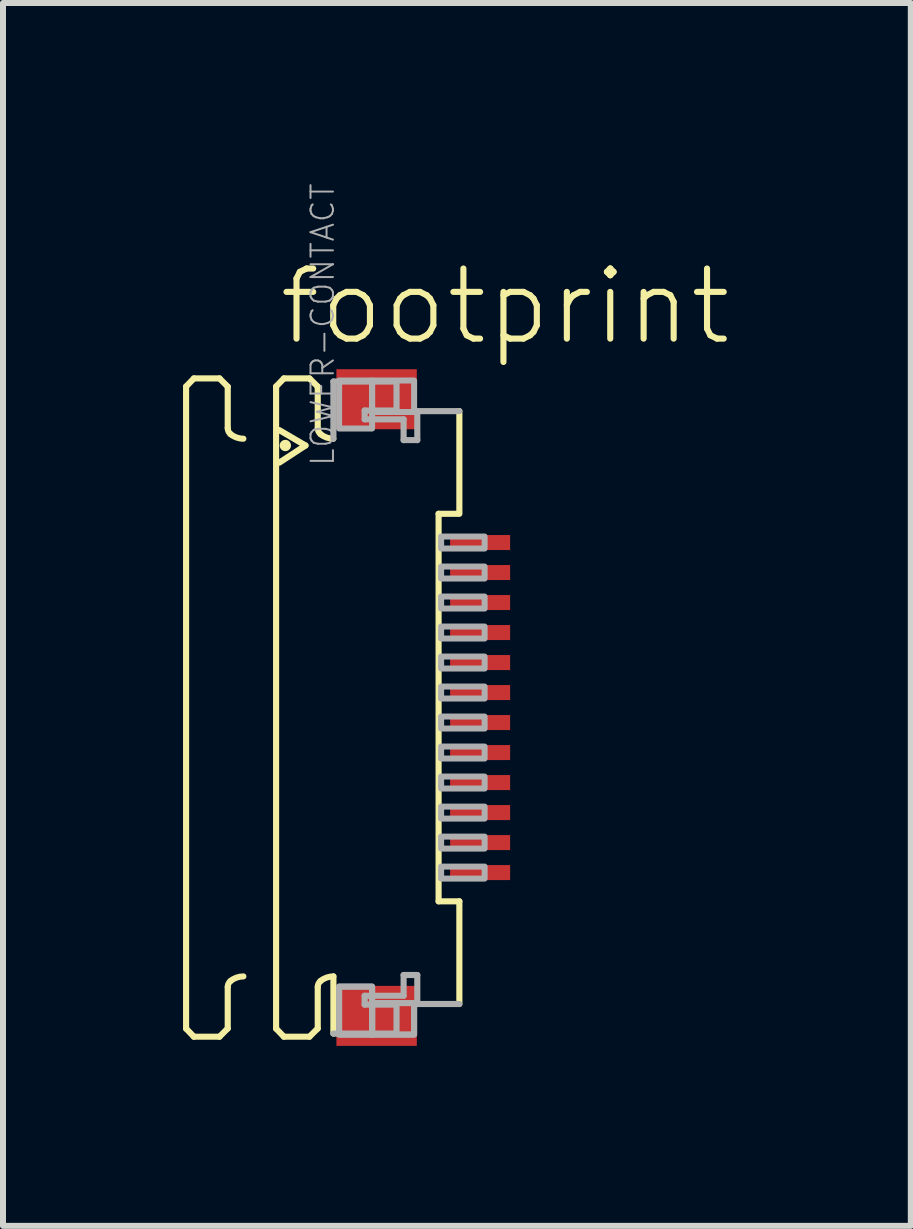
<source format=kicad_pcb>
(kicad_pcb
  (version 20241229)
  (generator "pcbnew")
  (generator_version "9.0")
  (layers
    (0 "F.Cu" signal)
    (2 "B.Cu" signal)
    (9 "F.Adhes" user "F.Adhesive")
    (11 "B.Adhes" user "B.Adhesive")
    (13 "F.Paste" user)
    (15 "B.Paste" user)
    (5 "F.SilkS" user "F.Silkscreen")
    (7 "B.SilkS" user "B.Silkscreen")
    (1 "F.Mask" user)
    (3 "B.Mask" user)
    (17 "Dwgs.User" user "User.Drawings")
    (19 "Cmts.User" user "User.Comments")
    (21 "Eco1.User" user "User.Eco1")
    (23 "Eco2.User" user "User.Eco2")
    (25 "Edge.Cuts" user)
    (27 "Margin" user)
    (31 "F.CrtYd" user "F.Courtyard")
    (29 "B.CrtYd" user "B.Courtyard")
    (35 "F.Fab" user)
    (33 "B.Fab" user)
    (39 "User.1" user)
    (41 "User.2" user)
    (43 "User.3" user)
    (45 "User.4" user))
  (footprint "footprint"
    (layer "F.Cu")
    (at 3.046 8.741)
    (property "Reference" "footprint" (at -1.5 -6 0) (layer "F.SilkS") (effects (font (size 1.168 1.168) (thickness 0.102)) (justify left bottom)))
    (fp_poly (pts (xy 1.355 -2.575) (xy 2.455 -2.575) (xy 2.455 -2.925) (xy 1.355 -2.925)) (stroke (width 0) (type solid)) (fill yes) (layer "F.Mask"))
    (fp_poly (pts (xy 1.355 -2.075) (xy 2.455 -2.075) (xy 2.455 -2.425) (xy 1.355 -2.425)) (stroke (width 0) (type solid)) (fill yes) (layer "F.Mask"))
    (fp_poly (pts (xy 1.355 -1.575) (xy 2.455 -1.575) (xy 2.455 -1.925) (xy 1.355 -1.925)) (stroke (width 0) (type solid)) (fill yes) (layer "F.Mask"))
    (fp_poly (pts (xy 1.355 -1.075) (xy 2.455 -1.075) (xy 2.455 -1.425) (xy 1.355 -1.425)) (stroke (width 0) (type solid)) (fill yes) (layer "F.Mask"))
    (fp_poly (pts (xy 1.355 -0.575) (xy 2.455 -0.575) (xy 2.455 -0.925) (xy 1.355 -0.925)) (stroke (width 0) (type solid)) (fill yes) (layer "F.Mask"))
    (fp_poly (pts (xy 1.355 -0.075) (xy 2.455 -0.075) (xy 2.455 -0.425) (xy 1.355 -0.425)) (stroke (width 0) (type solid)) (fill yes) (layer "F.Mask"))
    (fp_poly (pts (xy 1.355 0.425) (xy 2.455 0.425) (xy 2.455 0.075) (xy 1.355 0.075)) (stroke (width 0) (type solid)) (fill yes) (layer "F.Mask"))
    (fp_poly (pts (xy 1.355 0.925) (xy 2.455 0.925) (xy 2.455 0.575) (xy 1.355 0.575)) (stroke (width 0) (type solid)) (fill yes) (layer "F.Mask"))
    (fp_poly (pts (xy 1.355 1.425) (xy 2.455 1.425) (xy 2.455 1.075) (xy 1.355 1.075)) (stroke (width 0) (type solid)) (fill yes) (layer "F.Mask"))
    (fp_poly (pts (xy 1.355 1.925) (xy 2.455 1.925) (xy 2.455 1.575) (xy 1.355 1.575)) (stroke (width 0) (type solid)) (fill yes) (layer "F.Mask"))
    (fp_poly (pts (xy 1.355 2.425) (xy 2.455 2.425) (xy 2.455 2.075) (xy 1.355 2.075)) (stroke (width 0) (type solid)) (fill yes) (layer "F.Mask"))
    (fp_poly (pts (xy 1.355 2.925) (xy 2.455 2.925) (xy 2.455 2.575) (xy 1.355 2.575)) (stroke (width 0) (type solid)) (fill yes) (layer "F.Mask"))
    (fp_line (start -2.995 -5.35) (end -2.865 -5.485) (stroke (width 0.102) (type solid)) (layer "F.SilkS"))
    (fp_line (start -2.995 5.35) (end -2.995 -5.35) (stroke (width 0.102) (type solid)) (layer "F.SilkS"))
    (fp_line (start -2.995 5.35) (end -2.865 5.485) (stroke (width 0.102) (type solid)) (layer "F.SilkS"))
    (fp_line (start -2.865 -5.485) (end -2.438 -5.485) (stroke (width 0.102) (type solid)) (layer "F.SilkS"))
    (fp_line (start -2.865 5.485) (end -2.438 5.485) (stroke (width 0.102) (type solid)) (layer "F.SilkS"))
    (fp_line (start -2.438 -5.485) (end -2.301 -5.348) (stroke (width 0.102) (type solid)) (layer "F.SilkS"))
    (fp_line (start -2.438 5.485) (end -2.301 5.348) (stroke (width 0.102) (type solid)) (layer "F.SilkS"))
    (fp_line (start -2.301 -5.348) (end -2.301 -4.656) (stroke (width 0.102) (type solid)) (layer "F.SilkS"))
    (fp_line (start -2.301 5.348) (end -2.301 4.656) (stroke (width 0.102) (type solid)) (layer "F.SilkS"))
    (fp_line (start -1.495 -5.35) (end -1.365 -5.485) (stroke (width 0.102) (type solid)) (layer "F.SilkS"))
    (fp_line (start -1.495 5.35) (end -1.495 -5.35) (stroke (width 0.102) (type solid)) (layer "F.SilkS"))
    (fp_line (start -1.495 5.35) (end -1.365 5.485) (stroke (width 0.102) (type solid)) (layer "F.SilkS"))
    (fp_line (start -1.441 -4.623) (end -1.005 -4.367) (stroke (width 0.102) (type solid)) (layer "F.SilkS"))
    (fp_line (start -1.365 -5.485) (end -0.939 -5.485) (stroke (width 0.102) (type solid)) (layer "F.SilkS"))
    (fp_line (start -1.365 5.485) (end -0.939 5.485) (stroke (width 0.102) (type solid)) (layer "F.SilkS"))
    (fp_line (start -1.005 -4.367) (end -1.441 -4.082) (stroke (width 0.102) (type solid)) (layer "F.SilkS"))
    (fp_line (start -0.939 -5.485) (end -0.801 -5.348) (stroke (width 0.102) (type solid)) (layer "F.SilkS"))
    (fp_line (start -0.939 5.485) (end -0.801 5.348) (stroke (width 0.102) (type solid)) (layer "F.SilkS"))
    (fp_line (start -0.801 -5.348) (end -0.801 -4.656) (stroke (width 0.102) (type solid)) (layer "F.SilkS"))
    (fp_line (start -0.801 5.348) (end -0.801 4.656) (stroke (width 0.102) (type solid)) (layer "F.SilkS"))
    (fp_line (start -0.54 4.48) (end -0.54 5.433) (stroke (width 0.102) (type solid)) (layer "F.SilkS"))
    (fp_line (start 1.213 3.229) (end 1.213 -3.229) (stroke (width 0.102) (type solid)) (layer "F.SilkS"))
    (fp_line (start 1.538 -3.229) (end 1.213 -3.229) (stroke (width 0.102) (type solid)) (layer "F.SilkS"))
    (fp_line (start 1.559 -4.94) (end 1.559 -3.229) (stroke (width 0.102) (type solid)) (layer "F.SilkS"))
    (fp_line (start 1.559 3.229) (end 1.213 3.229) (stroke (width 0.102) (type solid)) (layer "F.SilkS"))
    (fp_line (start 1.559 4.94) (end 1.559 3.229) (stroke (width 0.102) (type solid)) (layer "F.SilkS"))
    (fp_arc (start -2.301 4.6557) (mid -2.288538 4.600596) (end -2.2536 4.556199) (stroke (width 0.1016) (type solid)) (layer "F.SilkS"))
    (fp_arc (start -2.2536 -4.556199) (mid -2.288538 -4.600596) (end -2.301 -4.6557) (stroke (width 0.1016) (type solid)) (layer "F.SilkS"))
    (fp_arc (start -2.2536 4.5562) (mid -2.153476 4.499935) (end -2.0403 4.480399) (stroke (width 0.1016) (type solid)) (layer "F.SilkS"))
    (fp_arc (start -2.0403 -4.480399) (mid -2.153476 -4.499935) (end -2.2536 -4.5562) (stroke (width 0.1016) (type solid)) (layer "F.SilkS"))
    (fp_arc (start -0.801 4.6557) (mid -0.788538 4.600596) (end -0.7536 4.556199) (stroke (width 0.1016) (type solid)) (layer "F.SilkS"))
    (fp_arc (start -0.7536 -4.556199) (mid -0.788538 -4.600596) (end -0.801 -4.6557) (stroke (width 0.1016) (type solid)) (layer "F.SilkS"))
    (fp_arc (start -0.7536 4.5562) (mid -0.653476 4.499935) (end -0.5403 4.480399) (stroke (width 0.1016) (type solid)) (layer "F.SilkS"))
    (fp_arc (start -0.5403 -4.480399) (mid -0.653476 -4.499935) (end -0.7536 -4.5562) (stroke (width 0.1016) (type solid)) (layer "F.SilkS"))
    (fp_circle (center -1.341 -4.367) (end -1.294 -4.367) (stroke (width 0.095) (type solid)) (fill yes) (layer "F.SilkS"))
    (fp_line (start -0.54 -5.433) (end 0.512 -5.433) (stroke (width 0.102) (type solid)) (layer "F.Fab"))
    (fp_line (start -0.54 -4.48) (end -0.54 -5.433) (stroke (width 0.102) (type solid)) (layer "F.Fab"))
    (fp_line (start -0.54 5.433) (end 0.512 5.433) (stroke (width 0.102) (type solid)) (layer "F.Fab"))
    (fp_line (start -0.019 -4.95) (end -0.019 -4.803) (stroke (width 0.102) (type solid)) (layer "F.Fab"))
    (fp_line (start -0.019 -4.803) (end 0.63 -4.803) (stroke (width 0.102) (type solid)) (layer "F.Fab"))
    (fp_line (start -0.019 4.803) (end 0.63 4.803) (stroke (width 0.102) (type solid)) (layer "F.Fab"))
    (fp_line (start -0.019 4.95) (end -0.019 4.803) (stroke (width 0.102) (type solid)) (layer "F.Fab"))
    (fp_line (start 0.512 -5.433) (end 0.512 -4.95) (stroke (width 0.102) (type solid)) (layer "F.Fab"))
    (fp_line (start 0.512 -4.95) (end -0.019 -4.95) (stroke (width 0.102) (type solid)) (layer "F.Fab"))
    (fp_line (start 0.512 4.95) (end -0.019 4.95) (stroke (width 0.102) (type solid)) (layer "F.Fab"))
    (fp_line (start 0.512 5.433) (end 0.512 4.95) (stroke (width 0.102) (type solid)) (layer "F.Fab"))
    (fp_line (start 0.63 -4.803) (end 0.63 -4.457) (stroke (width 0.102) (type solid)) (layer "F.Fab"))
    (fp_line (start 0.63 -4.457) (end 0.858 -4.457) (stroke (width 0.102) (type solid)) (layer "F.Fab"))
    (fp_line (start 0.63 4.457) (end 0.858 4.457) (stroke (width 0.102) (type solid)) (layer "F.Fab"))
    (fp_line (start 0.63 4.803) (end 0.63 4.457) (stroke (width 0.102) (type solid)) (layer "F.Fab"))
    (fp_line (start 0.858 -4.94) (end 1.559 -4.94) (stroke (width 0.102) (type solid)) (layer "F.Fab"))
    (fp_line (start 0.858 -4.457) (end 0.858 -4.94) (stroke (width 0.102) (type solid)) (layer "F.Fab"))
    (fp_line (start 0.858 4.457) (end 0.858 4.94) (stroke (width 0.102) (type solid)) (layer "F.Fab"))
    (fp_line (start 0.858 4.94) (end 1.559 4.94) (stroke (width 0.102) (type solid)) (layer "F.Fab"))
    (fp_poly (pts (xy -0.445 -4.65) (xy 0.105 -4.65) (xy 0.105 -5.45) (xy -0.445 -5.45)) (stroke (width 0.1) (type solid)) (fill no) (layer "F.Fab"))
    (fp_poly (pts (xy -0.445 5.45) (xy 0.105 5.45) (xy 0.105 4.65) (xy -0.445 4.65)) (stroke (width 0.1) (type solid)) (fill no) (layer "F.Fab"))
    (fp_poly (pts (xy -0.445 5.45) (xy 0.105 5.45) (xy 0.105 4.65) (xy -0.445 4.65)) (stroke (width 0.1) (type solid)) (fill no) (layer "F.Fab"))
    (fp_poly (pts (xy 0.105 -4.925) (xy 0.805 -4.925) (xy 0.805 -5.45) (xy 0.105 -5.45)) (stroke (width 0.1) (type solid)) (fill no) (layer "F.Fab"))
    (fp_poly (pts (xy 0.105 5.45) (xy 0.805 5.45) (xy 0.805 4.925) (xy 0.105 4.925)) (stroke (width 0.1) (type solid)) (fill no) (layer "F.Fab"))
    (fp_poly (pts (xy 0.105 5.45) (xy 0.805 5.45) (xy 0.805 4.925) (xy 0.105 4.925)) (stroke (width 0.1) (type solid)) (fill no) (layer "F.Fab"))
    (fp_poly (pts (xy 1.255 -2.65) (xy 1.98 -2.65) (xy 1.98 -2.85) (xy 1.255 -2.85)) (stroke (width 0.1) (type solid)) (fill no) (layer "F.Fab"))
    (fp_poly (pts (xy 1.255 -2.15) (xy 1.98 -2.15) (xy 1.98 -2.35) (xy 1.255 -2.35)) (stroke (width 0.1) (type solid)) (fill no) (layer "F.Fab"))
    (fp_poly (pts (xy 1.255 -1.65) (xy 1.98 -1.65) (xy 1.98 -1.85) (xy 1.255 -1.85)) (stroke (width 0.1) (type solid)) (fill no) (layer "F.Fab"))
    (fp_poly (pts (xy 1.255 -1.15) (xy 1.98 -1.15) (xy 1.98 -1.35) (xy 1.255 -1.35)) (stroke (width 0.1) (type solid)) (fill no) (layer "F.Fab"))
    (fp_poly (pts (xy 1.255 -0.65) (xy 1.98 -0.65) (xy 1.98 -0.85) (xy 1.255 -0.85)) (stroke (width 0.1) (type solid)) (fill no) (layer "F.Fab"))
    (fp_poly (pts (xy 1.255 -0.15) (xy 1.98 -0.15) (xy 1.98 -0.35) (xy 1.255 -0.35)) (stroke (width 0.1) (type solid)) (fill no) (layer "F.Fab"))
    (fp_poly (pts (xy 1.255 0.35) (xy 1.98 0.35) (xy 1.98 0.15) (xy 1.255 0.15)) (stroke (width 0.1) (type solid)) (fill no) (layer "F.Fab"))
    (fp_poly (pts (xy 1.255 0.85) (xy 1.98 0.85) (xy 1.98 0.65) (xy 1.255 0.65)) (stroke (width 0.1) (type solid)) (fill no) (layer "F.Fab"))
    (fp_poly (pts (xy 1.255 1.35) (xy 1.98 1.35) (xy 1.98 1.15) (xy 1.255 1.15)) (stroke (width 0.1) (type solid)) (fill no) (layer "F.Fab"))
    (fp_poly (pts (xy 1.255 1.85) (xy 1.98 1.85) (xy 1.98 1.65) (xy 1.255 1.65)) (stroke (width 0.1) (type solid)) (fill no) (layer "F.Fab"))
    (fp_poly (pts (xy 1.255 2.35) (xy 1.98 2.35) (xy 1.98 2.15) (xy 1.255 2.15)) (stroke (width 0.1) (type solid)) (fill no) (layer "F.Fab"))
    (fp_poly (pts (xy 1.255 2.85) (xy 1.98 2.85) (xy 1.98 2.65) (xy 1.255 2.65)) (stroke (width 0.1) (type solid)) (fill no) (layer "F.Fab"))
    (fp_text user "LOWER-CONTACT" (at -0.5 -4 270) (layer "F.Fab") (effects (font (size 0.374 0.374) (thickness 0.033)) (justify left bottom)))
    (pad "1" smd rect (at 1.905 -2.75) (size 1 0.25) (layers "F.Cu" "F.Paste"))
    (pad "2" smd rect (at 1.905 -2.25) (size 1 0.25) (layers "F.Cu" "F.Paste"))
    (pad "3" smd rect (at 1.905 -1.75) (size 1 0.25) (layers "F.Cu" "F.Paste"))
    (pad "4" smd rect (at 1.905 -1.25) (size 1 0.25) (layers "F.Cu" "F.Paste"))
    (pad "5" smd rect (at 1.905 -0.75) (size 1 0.25) (layers "F.Cu" "F.Paste"))
    (pad "6" smd rect (at 1.905 -0.25) (size 1 0.25) (layers "F.Cu" "F.Paste"))
    (pad "7" smd rect (at 1.905 0.25) (size 1 0.25) (layers "F.Cu" "F.Paste"))
    (pad "8" smd rect (at 1.905 0.75) (size 1 0.25) (layers "F.Cu" "F.Paste"))
    (pad "9" smd rect (at 1.905 1.25) (size 1 0.25) (layers "F.Cu" "F.Paste"))
    (pad "10" smd rect (at 1.905 1.75) (size 1 0.25) (layers "F.Cu" "F.Paste"))
    (pad "11" smd rect (at 1.905 2.25) (size 1 0.25) (layers "F.Cu" "F.Paste"))
    (pad "12" smd rect (at 1.905 2.75) (size 1 0.25) (layers "F.Cu" "F.Paste"))
    (pad "M1" smd rect (at 0.18 -5.138) (size 1.34 1) (layers "F.Cu" "F.Mask" "F.Paste"))
    (pad "M2" smd rect (at 0.18 5.138) (size 1.34 1) (layers "F.Cu" "F.Mask" "F.Paste")))
  (gr_rect
    (start -3 -3)
    (end 12.128 17.378)
    (stroke (width 0.1) (type default))
    (fill no)
    (layer "Edge.Cuts")))
</source>
